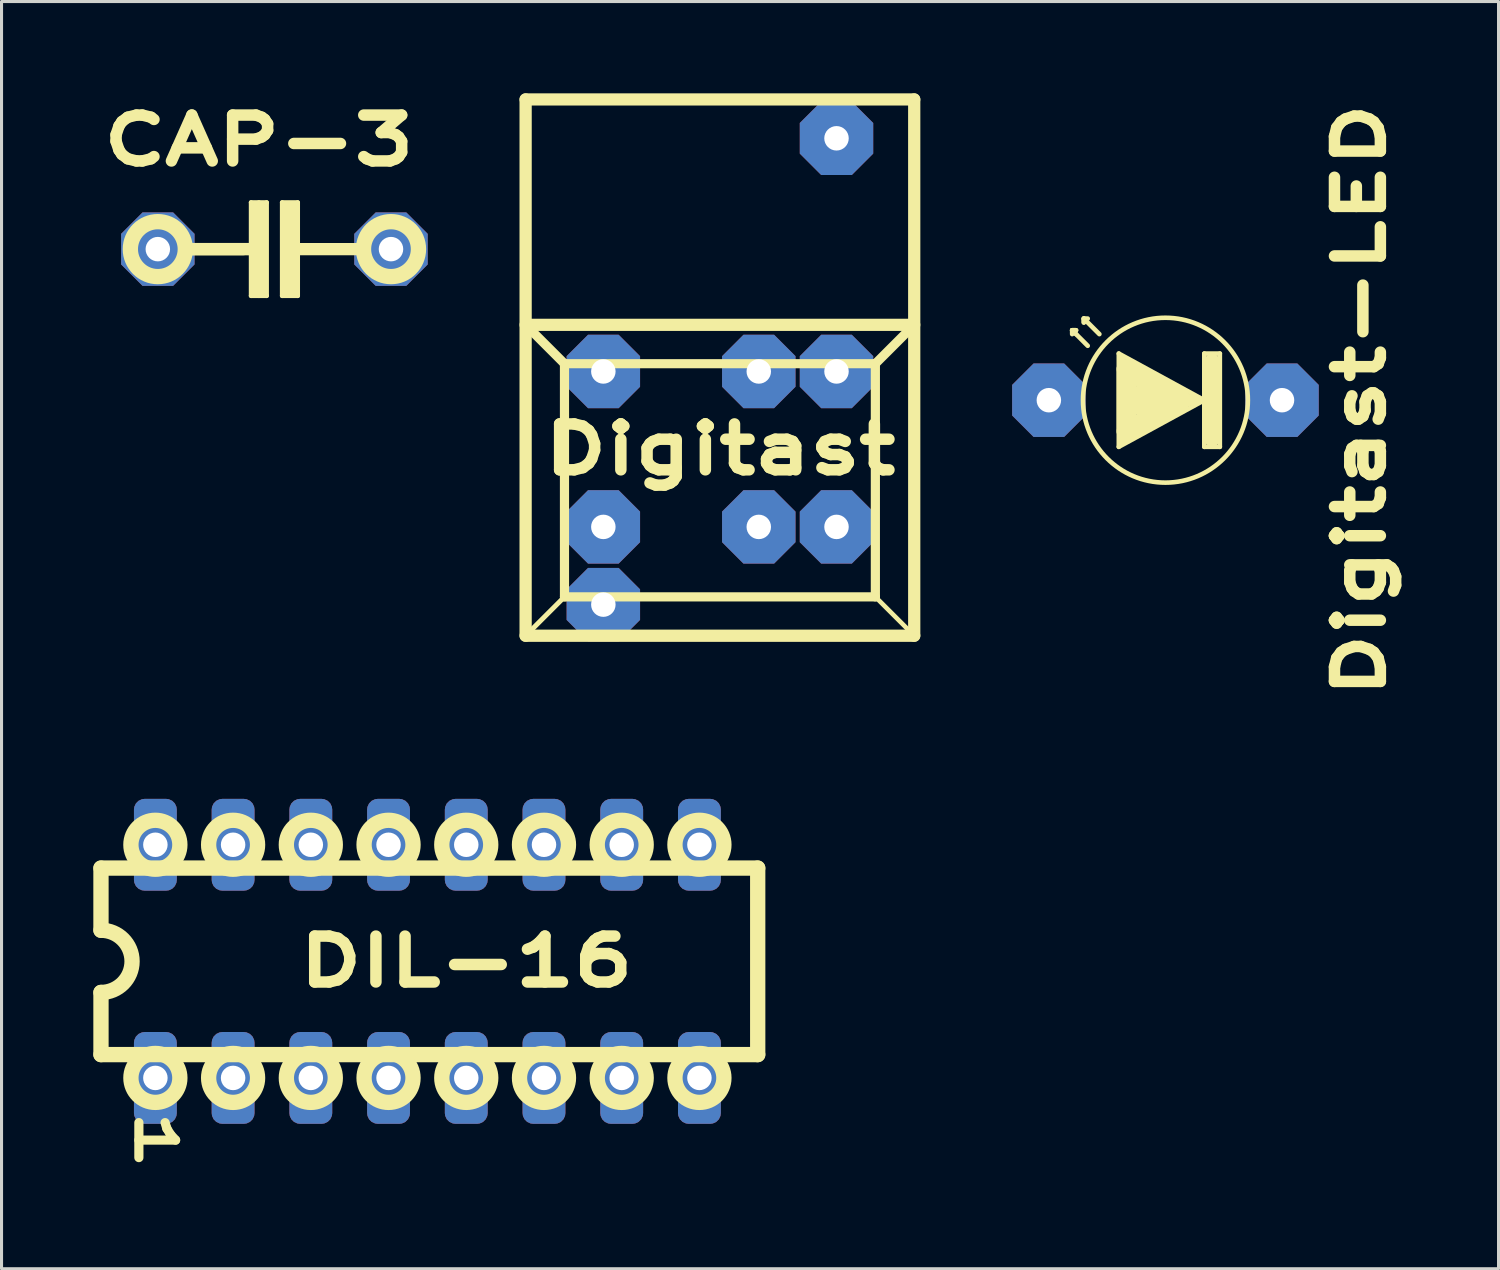
<source format=kicad_pcb>
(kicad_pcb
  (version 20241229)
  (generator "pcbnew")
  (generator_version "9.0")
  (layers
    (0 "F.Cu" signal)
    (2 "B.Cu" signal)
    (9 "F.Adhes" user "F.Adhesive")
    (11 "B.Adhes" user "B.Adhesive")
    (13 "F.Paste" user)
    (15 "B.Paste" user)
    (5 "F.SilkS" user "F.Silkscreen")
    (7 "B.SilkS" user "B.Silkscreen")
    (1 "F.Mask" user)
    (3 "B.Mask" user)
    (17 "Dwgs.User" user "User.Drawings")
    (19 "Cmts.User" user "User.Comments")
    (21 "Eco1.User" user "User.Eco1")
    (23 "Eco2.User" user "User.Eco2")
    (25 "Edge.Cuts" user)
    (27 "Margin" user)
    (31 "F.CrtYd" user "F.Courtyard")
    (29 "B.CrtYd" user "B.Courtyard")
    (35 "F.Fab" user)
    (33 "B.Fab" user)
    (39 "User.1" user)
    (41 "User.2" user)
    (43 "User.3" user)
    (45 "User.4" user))
  (footprint "Digitast-LED"
    (layer "F.Cu")
    (at 33.768 17.649)
    (property "Reference" "Digitast-LED" (at 7.62 -7.62 90) (layer "F.SilkS") (effects (font (size 1.5 2) (thickness 0.375))))
    (attr through_hole)
    (fp_line (start -1.778 -9.906) (end -1.778 -9.779) (stroke (width 0.15) (type solid)) (layer "F.SilkS"))
    (fp_line (start -1.778 -9.906) (end -1.651 -9.906) (stroke (width 0.15) (type solid)) (layer "F.SilkS"))
    (fp_line (start -1.778 -9.906) (end -1.651 -9.779) (stroke (width 0.15) (type solid)) (layer "F.SilkS"))
    (fp_line (start -1.651 -9.906) (end -1.778 -9.906) (stroke (width 0.15) (type solid)) (layer "F.SilkS"))
    (fp_line (start -1.397 -10.287) (end -1.397 -10.16) (stroke (width 0.15) (type solid)) (layer "F.SilkS"))
    (fp_line (start -1.397 -10.287) (end -1.27 -10.287) (stroke (width 0.15) (type solid)) (layer "F.SilkS"))
    (fp_line (start -1.397 -10.16) (end -1.397 -10.287) (stroke (width 0.15) (type solid)) (layer "F.SilkS"))
    (fp_line (start -1.27 -9.398) (end -1.651 -9.779) (stroke (width 0.15) (type solid)) (layer "F.SilkS"))
    (fp_line (start -0.889 -9.779) (end -1.397 -10.287) (stroke (width 0.15) (type solid)) (layer "F.SilkS"))
    (fp_line (start -0.254 -9.144) (end -0.254 -6.096) (stroke (width 0.15) (type solid)) (layer "F.SilkS"))
    (fp_line (start -0.254 -9.144) (end 2.54 -7.62) (stroke (width 0.15) (type solid)) (layer "F.SilkS"))
    (fp_line (start -0.127 -9.017) (end -0.127 -6.223) (stroke (width 0.15) (type solid)) (layer "F.SilkS"))
    (fp_line (start 0 -8.636) (end 1.778 -7.62) (stroke (width 0.65) (type solid)) (layer "F.SilkS"))
    (fp_line (start 0 -6.604) (end 0 -8.636) (stroke (width 0.65) (type solid)) (layer "F.SilkS"))
    (fp_line (start 0.508 -7.62) (end 1.016 -7.62) (stroke (width 1) (type solid)) (layer "F.SilkS"))
    (fp_line (start 1.778 -7.62) (end 0 -6.604) (stroke (width 0.65) (type solid)) (layer "F.SilkS"))
    (fp_line (start 2.032 -7.747) (end 2.159 -7.62) (stroke (width 0.15) (type solid)) (layer "F.SilkS"))
    (fp_line (start 2.032 -7.493) (end 2.413 -7.62) (stroke (width 0.15) (type solid)) (layer "F.SilkS"))
    (fp_line (start 2.413 -7.62) (end 2.032 -7.747) (stroke (width 0.15) (type solid)) (layer "F.SilkS"))
    (fp_line (start 2.54 -9.144) (end 3.048 -9.144) (stroke (width 0.15) (type solid)) (layer "F.SilkS"))
    (fp_line (start 2.54 -7.62) (end -0.254 -6.096) (stroke (width 0.15) (type solid)) (layer "F.SilkS"))
    (fp_line (start 2.54 -6.096) (end 2.54 -9.144) (stroke (width 0.15) (type solid)) (layer "F.SilkS"))
    (fp_line (start 2.794 -8.89) (end 2.794 -6.35) (stroke (width 0.5) (type solid)) (layer "F.SilkS"))
    (fp_line (start 3.048 -9.144) (end 3.048 -6.096) (stroke (width 0.15) (type solid)) (layer "F.SilkS"))
    (fp_line (start 3.048 -6.096) (end 2.54 -6.096) (stroke (width 0.15) (type solid)) (layer "F.SilkS"))
    (fp_circle (center 1.27 -7.62) (end 3.175 -5.715) (stroke (width 0.15) (type solid)) (fill no) (layer "F.SilkS"))
    (pad "1" thru_hole custom (at 5.08 -7.62) (size 1.524 1.524) (drill 0.8) (layers "*.Cu" "*.Mask") (options (anchor rect)) (primitives (gr_poly (pts (xy -1.2 0.5) (xy -1.2 -0.5) (xy -0.5 -1.2) (xy 0.5 -1.2) (xy 1.2 -0.5) (xy 1.2 0.5) (xy 0.5 1.2) (xy -0.5 1.2)) (width 0) (fill yes))))
    (pad "2" thru_hole custom (at -2.54 -7.62) (size 1.524 1.524) (drill 0.8) (layers "*.Cu" "*.Mask") (options (anchor rect)) (primitives (gr_poly (pts (xy -1.2 0.5) (xy -1.2 -0.5) (xy -0.5 -1.2) (xy 0.5 -1.2) (xy 1.2 -0.5) (xy 1.2 0.5) (xy 0.5 1.2) (xy -0.5 1.2)) (width 0) (fill yes)))))
  (footprint "DIL-16"
    (layer "F.Cu")
    (at 10.918 28.368)
    (property "Reference" "DIL-16" (at 1.27 0 0) (layer "F.SilkS") (effects (font (size 1.5 2) (thickness 0.375))))
    (attr through_hole)
    (fp_line (start -10.668 -3.048) (end 10.795 -3.048) (stroke (width 0.5) (type solid)) (layer "F.SilkS"))
    (fp_line (start -10.668 -1.016) (end -10.668 -3.048) (stroke (width 0.5) (type solid)) (layer "F.SilkS"))
    (fp_line (start -10.668 1.016) (end -10.668 3.048) (stroke (width 0.5) (type solid)) (layer "F.SilkS"))
    (fp_line (start 10.795 -3.048) (end 10.795 3.048) (stroke (width 0.5) (type solid)) (layer "F.SilkS"))
    (fp_line (start 10.795 3.048) (end -10.668 3.048) (stroke (width 0.5) (type solid)) (layer "F.SilkS"))
    (fp_arc (start -10.668 -1.016) (mid -9.652 0) (end -10.668 1.016) (stroke (width 0.5) (type solid)) (layer "F.SilkS"))
    (fp_circle (center -8.89 -3.81) (end -8.09 -3.81) (stroke (width 0.5) (type solid)) (fill no) (layer "F.SilkS"))
    (fp_circle (center -8.89 3.81) (end -8.09 3.81) (stroke (width 0.5) (type solid)) (fill no) (layer "F.SilkS"))
    (fp_circle (center -6.35 -3.81) (end -5.55 -3.81) (stroke (width 0.5) (type solid)) (fill no) (layer "F.SilkS"))
    (fp_circle (center -6.35 3.81) (end -5.55 3.81) (stroke (width 0.5) (type solid)) (fill no) (layer "F.SilkS"))
    (fp_circle (center -3.81 -3.81) (end -3.01 -3.81) (stroke (width 0.5) (type solid)) (fill no) (layer "F.SilkS"))
    (fp_circle (center -3.81 3.81) (end -3.01 3.81) (stroke (width 0.5) (type solid)) (fill no) (layer "F.SilkS"))
    (fp_circle (center -1.27 -3.81) (end -0.47 -3.81) (stroke (width 0.5) (type solid)) (fill no) (layer "F.SilkS"))
    (fp_circle (center -1.27 3.81) (end -0.47 3.81) (stroke (width 0.5) (type solid)) (fill no) (layer "F.SilkS"))
    (fp_circle (center 1.27 -3.81) (end 2.07 -3.81) (stroke (width 0.5) (type solid)) (fill no) (layer "F.SilkS"))
    (fp_circle (center 1.27 3.81) (end 2.07 3.81) (stroke (width 0.5) (type solid)) (fill no) (layer "F.SilkS"))
    (fp_circle (center 3.81 -3.81) (end 4.61 -3.81) (stroke (width 0.5) (type solid)) (fill no) (layer "F.SilkS"))
    (fp_circle (center 3.81 3.81) (end 4.61 3.81) (stroke (width 0.5) (type solid)) (fill no) (layer "F.SilkS"))
    (fp_circle (center 6.35 -3.81) (end 7.15 -3.81) (stroke (width 0.5) (type solid)) (fill no) (layer "F.SilkS"))
    (fp_circle (center 6.35 3.81) (end 7.15 3.81) (stroke (width 0.5) (type solid)) (fill no) (layer "F.SilkS"))
    (fp_circle (center 8.89 -3.81) (end 9.69 -3.81) (stroke (width 0.5) (type solid)) (fill no) (layer "F.SilkS"))
    (fp_circle (center 8.89 3.81) (end 9.69 3.81) (stroke (width 0.5) (type solid)) (fill no) (layer "F.SilkS"))
    (fp_text user "1" (at -8.89 5.842 270) (unlocked yes) (layer "F.SilkS") (effects (font (size 1.2 2) (thickness 0.3))))
    (pad "1" thru_hole roundrect (at -8.89 3.81) (size 1.4 3) (drill 0.8) (layers "*.Cu" "*.Mask") (roundrect_rratio 0.25))
    (pad "2" thru_hole roundrect (at -6.35 3.81) (size 1.4 3) (drill 0.8) (layers "*.Cu" "*.Mask") (roundrect_rratio 0.25))
    (pad "3" thru_hole roundrect (at -3.81 3.81) (size 1.4 3) (drill 0.8) (layers "*.Cu" "*.Mask") (roundrect_rratio 0.25))
    (pad "4" thru_hole roundrect (at -1.27 3.81) (size 1.4 3) (drill 0.8) (layers "*.Cu" "*.Mask") (roundrect_rratio 0.25))
    (pad "5" thru_hole roundrect (at 1.27 3.81) (size 1.4 3) (drill 0.8) (layers "*.Cu" "*.Mask") (roundrect_rratio 0.25))
    (pad "6" thru_hole roundrect (at 3.81 3.81) (size 1.4 3) (drill 0.8) (layers "*.Cu" "*.Mask") (roundrect_rratio 0.25))
    (pad "7" thru_hole roundrect (at 6.35 3.81) (size 1.4 3) (drill 0.8) (layers "*.Cu" "*.Mask") (roundrect_rratio 0.25))
    (pad "8" thru_hole roundrect (at 8.89 3.81) (size 1.4 3) (drill 0.8) (layers "*.Cu" "*.Mask") (roundrect_rratio 0.25))
    (pad "9" thru_hole roundrect (at 8.89 -3.81) (size 1.4 3) (drill 0.8) (layers "*.Cu" "*.Mask") (roundrect_rratio 0.25))
    (pad "10" thru_hole roundrect (at 6.35 -3.81) (size 1.4 3) (drill 0.8) (layers "*.Cu" "*.Mask") (roundrect_rratio 0.25))
    (pad "11" thru_hole roundrect (at 3.81 -3.81) (size 1.4 3) (drill 0.8) (layers "*.Cu" "*.Mask") (roundrect_rratio 0.25))
    (pad "12" thru_hole roundrect (at 1.27 -3.81) (size 1.4 3) (drill 0.8) (layers "*.Cu" "*.Mask") (roundrect_rratio 0.25))
    (pad "13" thru_hole roundrect (at -1.27 -3.81) (size 1.4 3) (drill 0.8) (layers "*.Cu" "*.Mask") (roundrect_rratio 0.25))
    (pad "14" thru_hole roundrect (at -3.81 -3.81) (size 1.4 3) (drill 0.8) (layers "*.Cu" "*.Mask") (roundrect_rratio 0.25))
    (pad "15" thru_hole roundrect (at -6.35 -3.81) (size 1.4 3) (drill 0.8) (layers "*.Cu" "*.Mask") (roundrect_rratio 0.25))
    (pad "16" thru_hole roundrect (at -8.89 -3.81) (size 1.4 3) (drill 0.8) (layers "*.Cu" "*.Mask") (roundrect_rratio 0.25)))
  (footprint "Digitast"
    (layer "F.Cu")
    (at 19.208 11.63)
    (property "Reference" "Digitast" (at 1.27 0 0) (layer "F.SilkS") (effects (font (size 1.5 2) (thickness 0.375))))
    (attr through_hole)
    (fp_line (start -5.08 -11.43) (end -5.08 6.096) (stroke (width 0.4) (type solid)) (layer "F.SilkS"))
    (fp_line (start -5.08 -4.064) (end -3.81 -2.794) (stroke (width 0.3) (type solid)) (layer "F.SilkS"))
    (fp_line (start -5.08 6.096) (end -3.81 4.826) (stroke (width 0.15) (type solid)) (layer "F.SilkS"))
    (fp_line (start -5.08 6.096) (end 7.62 6.096) (stroke (width 0.4) (type solid)) (layer "F.SilkS"))
    (fp_line (start -3.81 -2.794) (end -5.08 -4.064) (stroke (width 0.15) (type solid)) (layer "F.SilkS"))
    (fp_line (start -3.81 -2.794) (end 6.35 -2.794) (stroke (width 0.3) (type solid)) (layer "F.SilkS"))
    (fp_line (start -3.81 4.826) (end -5.08 6.096) (stroke (width 0.15) (type solid)) (layer "F.SilkS"))
    (fp_line (start -3.81 4.826) (end -3.81 -2.794) (stroke (width 0.3) (type solid)) (layer "F.SilkS"))
    (fp_line (start -3.81 4.826) (end 6.35 4.826) (stroke (width 0.3) (type solid)) (layer "F.SilkS"))
    (fp_line (start 6.35 -2.794) (end 6.35 4.826) (stroke (width 0.3) (type solid)) (layer "F.SilkS"))
    (fp_line (start 6.35 4.826) (end 7.62 6.096) (stroke (width 0.15) (type solid)) (layer "F.SilkS"))
    (fp_line (start 7.62 -11.43) (end -5.08 -11.43) (stroke (width 0.4) (type solid)) (layer "F.SilkS"))
    (fp_line (start 7.62 -4.064) (end -5.08 -4.064) (stroke (width 0.4) (type solid)) (layer "F.SilkS"))
    (fp_line (start 7.62 -4.064) (end 6.35 -2.794) (stroke (width 0.3) (type solid)) (layer "F.SilkS"))
    (fp_line (start 7.62 6.096) (end 7.62 -11.43) (stroke (width 0.4) (type solid)) (layer "F.SilkS"))
    (pad "" thru_hole custom (at 5.08 -10.16) (size 1.524 1.524) (drill 0.8) (layers "*.Cu" "*.Mask") (options (anchor rect)) (primitives (gr_poly (pts (xy -1.2 0.5) (xy -1.2 -0.5) (xy -0.5 -1.2) (xy 0.5 -1.2) (xy 1.2 -0.5) (xy 1.2 0.5) (xy 0.5 1.2) (xy -0.5 1.2)) (width 0) (fill yes))))
    (pad "1" thru_hole custom (at -2.54 -2.54) (size 1.524 1.524) (drill 0.8) (layers "*.Cu" "*.Mask") (options (anchor rect)) (primitives (gr_poly (pts (xy -1.2 0.5) (xy -1.2 -0.5) (xy -0.5 -1.2) (xy 0.5 -1.2) (xy 1.2 -0.5) (xy 1.2 0.5) (xy 0.5 1.2) (xy -0.5 1.2)) (width 0) (fill yes))))
    (pad "1" thru_hole custom (at 2.54 -2.54) (size 1.524 1.524) (drill 0.8) (layers "*.Cu" "*.Mask") (options (anchor rect)) (primitives (gr_poly (pts (xy -1.2 0.5) (xy -1.2 -0.5) (xy -0.5 -1.2) (xy 0.5 -1.2) (xy 1.2 -0.5) (xy 1.2 0.5) (xy 0.5 1.2) (xy -0.5 1.2)) (width 0) (fill yes))))
    (pad "1" thru_hole custom (at 5.08 -2.54) (size 1.524 1.524) (drill 0.8) (layers "*.Cu" "*.Mask") (options (anchor rect)) (primitives (gr_poly (pts (xy -1.2 0.5) (xy -1.2 -0.5) (xy -0.5 -1.2) (xy 0.5 -1.2) (xy 1.2 -0.5) (xy 1.2 0.5) (xy 0.5 1.2) (xy -0.5 1.2)) (width 0) (fill yes))))
    (pad "2" thru_hole custom (at -2.54 2.54) (size 1.524 1.524) (drill 0.8) (layers "*.Cu" "*.Mask") (options (anchor rect)) (primitives (gr_poly (pts (xy -1.2 0.5) (xy -1.2 -0.5) (xy -0.5 -1.2) (xy 0.5 -1.2) (xy 1.2 -0.5) (xy 1.2 0.5) (xy 0.5 1.2) (xy -0.5 1.2)) (width 0) (fill yes))))
    (pad "2" thru_hole custom (at -2.54 5.08) (size 1.524 1.524) (drill 0.8) (layers "*.Cu" "*.Mask") (options (anchor rect)) (primitives (gr_poly (pts (xy -1.2 0.5) (xy -1.2 -0.5) (xy -0.5 -1.2) (xy 0.5 -1.2) (xy 1.2 -0.5) (xy 1.2 0.5) (xy 0.5 1.2) (xy -0.5 1.2)) (width 0) (fill yes))))
    (pad "3" thru_hole custom (at 2.54 2.54) (size 1.524 1.524) (drill 0.8) (layers "*.Cu" "*.Mask") (options (anchor rect)) (primitives (gr_poly (pts (xy -1.2 0.5) (xy -1.2 -0.5) (xy -0.5 -1.2) (xy 0.5 -1.2) (xy 1.2 -0.5) (xy 1.2 0.5) (xy 0.5 1.2) (xy -0.5 1.2)) (width 0) (fill yes))))
    (pad "3" thru_hole custom (at 5.08 2.54) (size 1.524 1.524) (drill 0.8) (layers "*.Cu" "*.Mask") (options (anchor rect)) (primitives (gr_poly (pts (xy -1.2 0.5) (xy -1.2 -0.5) (xy -0.5 -1.2) (xy 0.5 -1.2) (xy 1.2 -0.5) (xy 1.2 0.5) (xy 0.5 1.2) (xy -0.5 1.2)) (width 0) (fill yes)))))
  (footprint "CAP-3"
    (layer "F.Cu")
    (at 5.918 5.092)
    (property "Reference" "CAP-3" (at -0.508 -3.556 0) (layer "F.SilkS") (effects (font (size 1.5 2) (thickness 0.375))))
    (attr through_hole)
    (fp_line (start -3.048 0.127) (end -0.762 0.127) (stroke (width 0.15) (type solid)) (layer "F.SilkS"))
    (fp_line (start -2.912 0) (end -1.016 0) (stroke (width 0.4) (type solid)) (layer "F.SilkS"))
    (fp_line (start -0.762 -1.524) (end -0.762 1.524) (stroke (width 0.15) (type solid)) (layer "F.SilkS"))
    (fp_line (start -0.762 -0.127) (end -3.048 -0.127) (stroke (width 0.15) (type solid)) (layer "F.SilkS"))
    (fp_line (start -0.762 1.524) (end -0.508 1.524) (stroke (width 0.15) (type solid)) (layer "F.SilkS"))
    (fp_line (start -0.508 -1.524) (end -0.762 -1.524) (stroke (width 0.15) (type solid)) (layer "F.SilkS"))
    (fp_line (start -0.508 -1.27) (end -0.508 1.27) (stroke (width 0.55) (type solid)) (layer "F.SilkS"))
    (fp_line (start -0.508 1.524) (end -0.254 1.524) (stroke (width 0.15) (type solid)) (layer "F.SilkS"))
    (fp_line (start -0.254 -1.524) (end -0.508 -1.524) (stroke (width 0.15) (type solid)) (layer "F.SilkS"))
    (fp_line (start -0.254 1.524) (end -0.254 -1.524) (stroke (width 0.15) (type solid)) (layer "F.SilkS"))
    (fp_line (start 0.254 -1.524) (end 0.254 1.524) (stroke (width 0.15) (type solid)) (layer "F.SilkS"))
    (fp_line (start 0.254 1.524) (end 0.762 1.524) (stroke (width 0.15) (type solid)) (layer "F.SilkS"))
    (fp_line (start 0.508 -1.27) (end 0.508 1.27) (stroke (width 0.6) (type solid)) (layer "F.SilkS"))
    (fp_line (start 0.762 -1.524) (end 0.254 -1.524) (stroke (width 0.15) (type solid)) (layer "F.SilkS"))
    (fp_line (start 0.762 0) (end 2.912 0) (stroke (width 0.4) (type solid)) (layer "F.SilkS"))
    (fp_line (start 0.762 1.524) (end 0.762 -1.524) (stroke (width 0.15) (type solid)) (layer "F.SilkS"))
    (fp_circle (center -3.81 0) (end -2.912 0) (stroke (width 0.5) (type solid)) (fill no) (layer "F.SilkS"))
    (fp_circle (center 3.81 0) (end 4.708 0) (stroke (width 0.5) (type solid)) (fill no) (layer "F.SilkS"))
    (pad "1" thru_hole custom (at -3.81 0) (size 1.524 1.524) (drill 0.8) (layers "*.Cu" "*.Mask") (options (anchor rect)) (primitives (gr_poly (pts (xy -1.2 0.5) (xy -1.2 -0.5) (xy -0.5 -1.2) (xy 0.5 -1.2) (xy 1.2 -0.5) (xy 1.2 0.5) (xy 0.5 1.2) (xy -0.5 1.2)) (width 0) (fill yes))))
    (pad "2" thru_hole custom (at 3.81 0) (size 1.524 1.524) (drill 0.8) (layers "*.Cu" "*.Mask") (options (anchor rect)) (primitives (gr_poly (pts (xy -1.2 0.5) (xy -1.2 -0.5) (xy -0.5 -1.2) (xy 0.5 -1.2) (xy 1.2 -0.5) (xy 1.2 0.5) (xy 0.5 1.2) (xy -0.5 1.2)) (width 0) (fill yes)))))
  (gr_rect
    (start -3 -3)
    (end 45.924 38.413)
    (stroke (width 0.1) (type default))
    (fill no)
    (layer "Edge.Cuts")))
</source>
